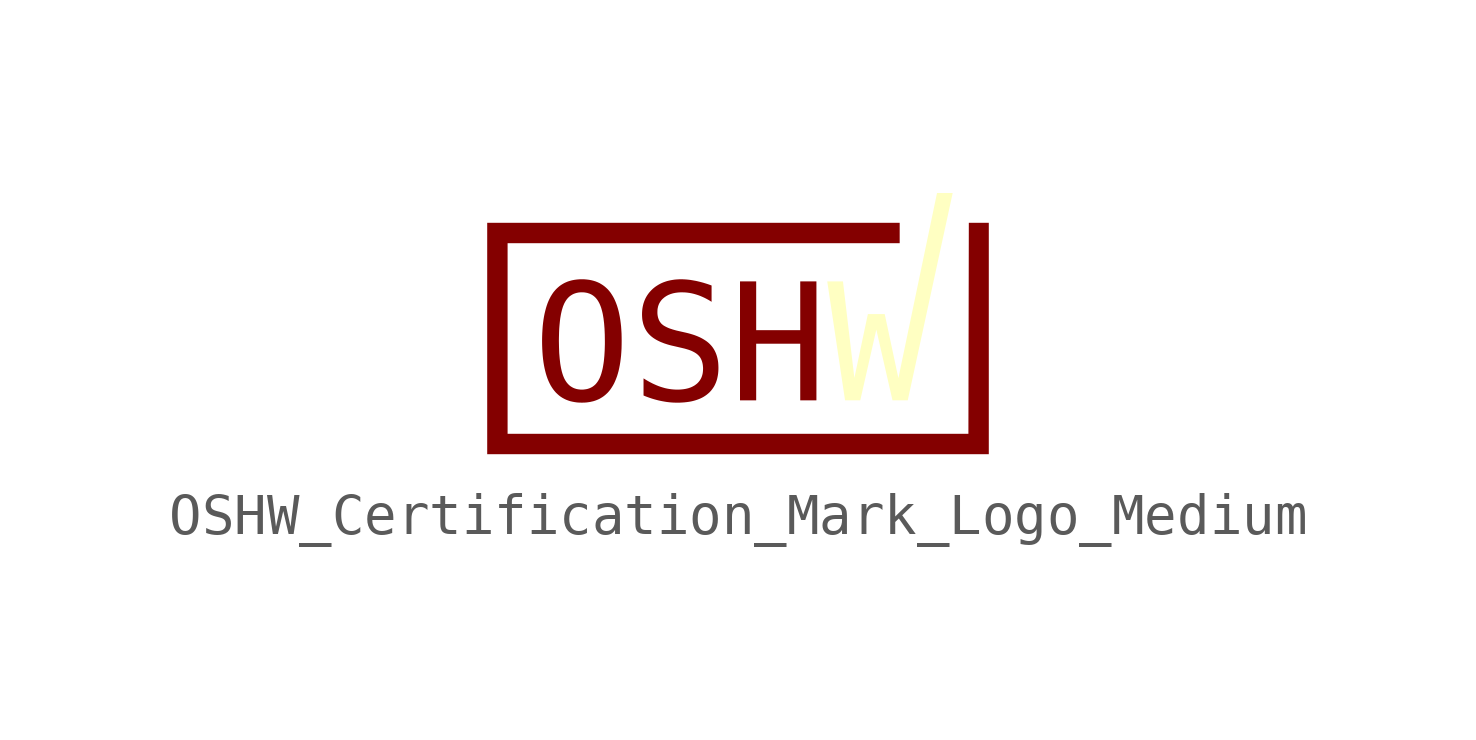
<source format=kicad_sym>
(kicad_symbol_lib
  (version 20231120)
  (generator "kicad_symbol_editor")
  (generator_version "8.0")
  (symbol "OSHW_Certification_Mark_Logo_Medium"
    (property "Reference" "LOGO"
      (at 0 0 0)
      (effects (font (size 1.27 1.27)) (hide yes)))
    (symbol "OSHW_Certification_Mark_Logo_Medium_0_1"
      (polyline (pts (xy -2.783 -0.429) (xy -2.783 -0.429) (xy -2.783 -0.429)) (stroke (width -0.0001) (type default)) (fill (type outline)))
      (polyline (pts (xy 6 -3.137) (xy -6 -3.137) (xy -6 2.398) (xy -6 2.398) (xy 3.868 2.398) (xy 3.868 1.91) (xy -5.512 1.91) (xy -5.512 -2.649) (xy 5.512 -2.649) (xy 5.522 2.398) (xy 6 2.398)) (stroke (width -0.0001) (type default)) (fill (type outline)))
      (polyline (pts (xy 0.435 -0.17) (xy 1.489 -0.17) (xy 1.489 0.997) (xy 1.876 0.997) (xy 1.876 -1.849) (xy 1.489 -1.849) (xy 1.489 -0.494) (xy 0.435 -0.494) (xy 0.435 -1.849) (xy 0.048 -1.849) (xy 0.048 0.997) (xy 0.435 0.997)) (stroke (width -0.0001) (type default)) (fill (type outline)))
      (polyline (pts (xy -3.676 1.047) (xy -3.619 1.042) (xy -3.563 1.035) (xy -3.51 1.025) (xy -3.458 1.012) (xy -3.409 0.997) (xy -3.361 0.978) (xy -3.315 0.957) (xy -3.272 0.932) (xy -3.23 0.905) (xy -3.19 0.875) (xy -3.152 0.842) (xy -3.115 0.807) (xy -3.081 0.768) (xy -3.049 0.727) (xy -3.019 0.682) (xy -2.99 0.635) (xy -2.963 0.585) (xy -2.939 0.532) (xy -2.916 0.476) (xy -2.894 0.416) (xy -2.875 0.354) (xy -2.857 0.289) (xy -2.842 0.222) (xy -2.828 0.151) (xy -2.816 0.077) (xy -2.806 -0.0002) (xy -2.797 -0.08) (xy -2.791 -0.163) (xy -2.786 -0.249) (xy -2.784 -0.337) (xy -2.783 -0.429) (xy -2.784 -0.52) (xy -2.786 -0.609) (xy -2.791 -0.694) (xy -2.797 -0.777) (xy -2.806 -0.857) (xy -2.816 -0.933) (xy -2.828 -1.007) (xy -2.842 -1.078) (xy -2.857 -1.146) (xy -2.875 -1.211) (xy -2.894 -1.273) (xy -2.916 -1.332) (xy -2.939 -1.388) (xy -2.963 -1.441) (xy -2.99 -1.491) (xy -3.019 -1.538) (xy -3.034 -1.561) (xy -3.049 -1.583) (xy -3.065 -1.604) (xy -3.081 -1.624) (xy -3.098 -1.644) (xy -3.115 -1.663) (xy -3.133 -1.681) (xy -3.152 -1.698) (xy -3.17 -1.715) (xy -3.19 -1.731) (xy -3.209 -1.747) (xy -3.23 -1.761) (xy -3.25 -1.775) (xy -3.272 -1.788) (xy -3.293 -1.801) (xy -3.315 -1.813) (xy -3.338 -1.824) (xy -3.361 -1.834) (xy -3.385 -1.844) (xy -3.409 -1.853) (xy -3.433 -1.861) (xy -3.458 -1.869) (xy -3.484 -1.875) (xy -3.51 -1.881) (xy -3.536 -1.887) (xy -3.563 -1.891) (xy -3.619 -1.899) (xy -3.676 -1.903) (xy -3.736 -1.904) (xy -3.795 -1.903) (xy -3.852 -1.899) (xy -3.908 -1.891) (xy -3.961 -1.881) (xy -4.013 -1.869) (xy -4.062 -1.853) (xy -4.11 -1.835) (xy -4.156 -1.813) (xy -4.2 -1.789) (xy -4.242 -1.762) (xy -4.282 -1.732) (xy -4.319 -1.699) (xy -4.356 -1.664) (xy -4.39 -1.625) (xy -4.422 -1.584) (xy -4.452 -1.54) (xy -4.481 -1.493) (xy -4.507 -1.443) (xy -4.532 -1.39) (xy -4.555 -1.334) (xy -4.576 -1.275) (xy -4.595 -1.213) (xy -4.612 -1.148) (xy -4.628 -1.08) (xy -4.642 -1.009) (xy -4.654 -0.935) (xy -4.664 -0.859) (xy -4.672 -0.779) (xy -4.678 -0.696) (xy -4.683 -0.61) (xy -4.686 -0.521) (xy -4.687 -0.429) (xy -4.285 -0.429) (xy -4.282 -0.58) (xy -4.277 -0.719) (xy -4.266 -0.848) (xy -4.253 -0.965) (xy -4.244 -1.02) (xy -4.235 -1.071) (xy -4.224 -1.12) (xy -4.213 -1.166) (xy -4.2 -1.21) (xy -4.187 -1.25) (xy -4.172 -1.288) (xy -4.157 -1.323) (xy -4.14 -1.355) (xy -4.131 -1.371) (xy -4.122 -1.386) (xy -4.112 -1.4) (xy -4.103 -1.414) (xy -4.092 -1.428) (xy -4.082 -1.44) (xy -4.071 -1.453) (xy -4.06 -1.465) (xy -4.048 -1.476) (xy -4.037 -1.487) (xy -4.025 -1.497) (xy -4.012 -1.507) (xy -4 -1.516) (xy -3.987 -1.524) (xy -3.973 -1.532) (xy -3.96 -1.54) (xy -3.946 -1.547) (xy -3.932 -1.554) (xy -3.917 -1.56) (xy -3.902 -1.565) (xy -3.887 -1.57) (xy -3.871 -1.575) (xy -3.855 -1.579) (xy -3.839 -1.582) (xy -3.823 -1.585) (xy -3.806 -1.587) (xy -3.789 -1.589) (xy -3.771 -1.591) (xy -3.736 -1.592) (xy -3.7 -1.591) (xy -3.665 -1.587) (xy -3.631 -1.582) (xy -3.599 -1.575) (xy -3.568 -1.565) (xy -3.539 -1.554) (xy -3.51 -1.54) (xy -3.483 -1.525) (xy -3.458 -1.507) (xy -3.433 -1.487) (xy -3.41 -1.466) (xy -3.389 -1.442) (xy -3.368 -1.415) (xy -3.349 -1.387) (xy -3.331 -1.357) (xy -3.314 -1.325) (xy -3.299 -1.29) (xy -3.284 -1.252) (xy -3.27 -1.211) (xy -3.258 -1.168) (xy -3.246 -1.122) (xy -3.235 -1.073) (xy -3.226 -1.021) (xy -3.217 -0.966) (xy -3.209 -0.909) (xy -3.203 -0.849) (xy -3.197 -0.786) (xy -3.193 -0.72) (xy -3.189 -0.651) (xy -3.187 -0.58) (xy -3.185 -0.506) (xy -3.185 -0.429) (xy -3.187 -0.278) (xy -3.193 -0.138) (xy -3.203 -0.009) (xy -3.217 0.109) (xy -3.226 0.163) (xy -3.235 0.215) (xy -3.246 0.264) (xy -3.258 0.31) (xy -3.27 0.353) (xy -3.284 0.394) (xy -3.299 0.432) (xy -3.314 0.467) (xy -3.331 0.499) (xy -3.34 0.515) (xy -3.349 0.53) (xy -3.358 0.544) (xy -3.368 0.558) (xy -3.378 0.572) (xy -3.389 0.585) (xy -3.399 0.597) (xy -3.41 0.609) (xy -3.422 0.62) (xy -3.433 0.631) (xy -3.446 0.641) (xy -3.458 0.651) (xy -3.47 0.66) (xy -3.483 0.668) (xy -3.497 0.677) (xy -3.51 0.684) (xy -3.524 0.691) (xy -3.539 0.698) (xy -3.553 0.704) (xy -3.568 0.709) (xy -3.584 0.714) (xy -3.599 0.719) (xy -3.615 0.723) (xy -3.631 0.726) (xy -3.648 0.729) (xy -3.665 0.732) (xy -3.682 0.733) (xy -3.7 0.735) (xy -3.736 0.736) (xy -3.771 0.735) (xy -3.806 0.732) (xy -3.839 0.726) (xy -3.871 0.719) (xy -3.902 0.709) (xy -3.932 0.698) (xy -3.96 0.684) (xy -3.987 0.668) (xy -4.012 0.651) (xy -4.037 0.631) (xy -4.06 0.609) (xy -4.082 0.585) (xy -4.103 0.558) (xy -4.122 0.53) (xy -4.14 0.499) (xy -4.157 0.467) (xy -4.172 0.432) (xy -4.187 0.394) (xy -4.2 0.353) (xy -4.213 0.31) (xy -4.224 0.264) (xy -4.235 0.215) (xy -4.244 0.163) (xy -4.253 0.109) (xy -4.26 0.051) (xy -4.266 -0.009) (xy -4.272 -0.072) (xy -4.277 -0.138) (xy -4.28 -0.206) (xy -4.282 -0.278) (xy -4.284 -0.352) (xy -4.285 -0.429) (xy -4.687 -0.429) (xy -4.686 -0.337) (xy -4.683 -0.249) (xy -4.678 -0.163) (xy -4.672 -0.08) (xy -4.664 -0.0002) (xy -4.654 0.077) (xy -4.642 0.151) (xy -4.628 0.222) (xy -4.612 0.289) (xy -4.595 0.354) (xy -4.576 0.416) (xy -4.555 0.476) (xy -4.532 0.532) (xy -4.507 0.585) (xy -4.481 0.635) (xy -4.452 0.682) (xy -4.437 0.705) (xy -4.422 0.727) (xy -4.406 0.748) (xy -4.389 0.768) (xy -4.372 0.788) (xy -4.355 0.807) (xy -4.337 0.825) (xy -4.319 0.842) (xy -4.3 0.859) (xy -4.281 0.875) (xy -4.261 0.891) (xy -4.241 0.905) (xy -4.22 0.919) (xy -4.199 0.932) (xy -4.177 0.945) (xy -4.155 0.957) (xy -4.132 0.968) (xy -4.109 0.978) (xy -4.086 0.988) (xy -4.061 0.997) (xy -4.037 1.005) (xy -4.012 1.012) (xy -3.986 1.019) (xy -3.961 1.025) (xy -3.907 1.035) (xy -3.852 1.042) (xy -3.795 1.047) (xy -3.736 1.048)) (stroke (width -0.0001) (type default)) (fill (type outline)))
      (polyline (pts (xy -1.317 1.047) (xy -1.275 1.045) (xy -1.233 1.042) (xy -1.19 1.038) (xy -1.147 1.033) (xy -1.103 1.026) (xy -1.058 1.018) (xy -1.013 1.01) (xy -0.968 1) (xy -0.921 0.989) (xy -0.875 0.977) (xy -0.827 0.964) (xy -0.779 0.949) (xy -0.731 0.934) (xy -0.682 0.917) (xy -0.632 0.899) (xy -0.632 0.508) (xy -0.676 0.536) (xy -0.72 0.561) (xy -0.764 0.585) (xy -0.808 0.607) (xy -0.852 0.627) (xy -0.896 0.646) (xy -0.94 0.663) (xy -0.985 0.678) (xy -1.028 0.691) (xy -1.073 0.703) (xy -1.117 0.713) (xy -1.161 0.721) (xy -1.205 0.727) (xy -1.25 0.732) (xy -1.294 0.734) (xy -1.339 0.735) (xy -1.373 0.735) (xy -1.405 0.733) (xy -1.437 0.731) (xy -1.468 0.727) (xy -1.498 0.723) (xy -1.528 0.717) (xy -1.556 0.711) (xy -1.583 0.703) (xy -1.61 0.695) (xy -1.635 0.685) (xy -1.66 0.675) (xy -1.684 0.663) (xy -1.706 0.651) (xy -1.728 0.637) (xy -1.75 0.623) (xy -1.77 0.607) (xy -1.789 0.591) (xy -1.807 0.575) (xy -1.824 0.557) (xy -1.839 0.539) (xy -1.853 0.52) (xy -1.866 0.5) (xy -1.878 0.48) (xy -1.889 0.459) (xy -1.898 0.438) (xy -1.906 0.415) (xy -1.913 0.392) (xy -1.918 0.368) (xy -1.923 0.344) (xy -1.926 0.319) (xy -1.927 0.293) (xy -1.928 0.266) (xy -1.928 0.243) (xy -1.927 0.221) (xy -1.925 0.199) (xy -1.922 0.177) (xy -1.918 0.157) (xy -1.914 0.137) (xy -1.908 0.118) (xy -1.902 0.1) (xy -1.895 0.082) (xy -1.888 0.065) (xy -1.879 0.049) (xy -1.87 0.034) (xy -1.86 0.019) (xy -1.849 0.005) (xy -1.838 -0.009) (xy -1.825 -0.022) (xy -1.811 -0.034) (xy -1.796 -0.046) (xy -1.78 -0.058) (xy -1.762 -0.069) (xy -1.742 -0.08) (xy -1.721 -0.091) (xy -1.699 -0.102) (xy -1.675 -0.113) (xy -1.651 -0.123) (xy -1.624 -0.133) (xy -1.596 -0.142) (xy -1.567 -0.152) (xy -1.536 -0.161) (xy -1.504 -0.17) (xy -1.471 -0.179) (xy -1.436 -0.187) (xy -1.234 -0.233) (xy -1.185 -0.245) (xy -1.138 -0.258) (xy -1.092 -0.272) (xy -1.048 -0.286) (xy -1.005 -0.302) (xy -0.965 -0.318) (xy -0.926 -0.335) (xy -0.888 -0.353) (xy -0.853 -0.372) (xy -0.819 -0.392) (xy -0.787 -0.412) (xy -0.756 -0.433) (xy -0.727 -0.455) (xy -0.7 -0.478) (xy -0.675 -0.502) (xy -0.651 -0.527) (xy -0.629 -0.552) (xy -0.608 -0.579) (xy -0.589 -0.607) (xy -0.571 -0.636) (xy -0.555 -0.666) (xy -0.54 -0.697) (xy -0.526 -0.73) (xy -0.514 -0.763) (xy -0.503 -0.798) (xy -0.494 -0.833) (xy -0.486 -0.87) (xy -0.479 -0.908) (xy -0.474 -0.948) (xy -0.471 -0.988) (xy -0.469 -1.029) (xy -0.468 -1.072) (xy -0.469 -1.122) (xy -0.472 -1.17) (xy -0.477 -1.217) (xy -0.484 -1.263) (xy -0.493 -1.307) (xy -0.503 -1.349) (xy -0.516 -1.39) (xy -0.531 -1.43) (xy -0.548 -1.468) (xy -0.566 -1.504) (xy -0.587 -1.539) (xy -0.61 -1.572) (xy -0.634 -1.604) (xy -0.661 -1.635) (xy -0.689 -1.664) (xy -0.72 -1.691) (xy -0.752 -1.717) (xy -0.786 -1.741) (xy -0.822 -1.764) (xy -0.86 -1.785) (xy -0.899 -1.804) (xy -0.941 -1.821) (xy -0.984 -1.837) (xy -1.028 -1.851) (xy -1.075 -1.864) (xy -1.123 -1.875) (xy -1.174 -1.884) (xy -1.226 -1.891) (xy -1.28 -1.897) (xy -1.335 -1.901) (xy -1.392 -1.904) (xy -1.452 -1.905) (xy -1.502 -1.904) (xy -1.552 -1.902) (xy -1.602 -1.899) (xy -1.652 -1.894) (xy -1.702 -1.888) (xy -1.753 -1.88) (xy -1.803 -1.871) (xy -1.854 -1.861) (xy -1.904 -1.85) (xy -1.955 -1.837) (xy -2.006 -1.823) (xy -2.056 -1.808) (xy -2.107 -1.791) (xy -2.158 -1.773) (xy -2.209 -1.754) (xy -2.26 -1.733) (xy -2.26 -1.323) (xy -2.205 -1.357) (xy -2.152 -1.388) (xy -2.099 -1.417) (xy -2.047 -1.444) (xy -1.995 -1.468) (xy -1.945 -1.49) (xy -1.895 -1.51) (xy -1.846 -1.527) (xy -1.797 -1.542) (xy -1.748 -1.556) (xy -1.699 -1.567) (xy -1.649 -1.576) (xy -1.6 -1.583) (xy -1.551 -1.588) (xy -1.501 -1.591) (xy -1.452 -1.592) (xy -1.416 -1.592) (xy -1.381 -1.59) (xy -1.347 -1.587) (xy -1.314 -1.584) (xy -1.282 -1.579) (xy -1.251 -1.574) (xy -1.221 -1.567) (xy -1.192 -1.56) (xy -1.165 -1.551) (xy -1.138 -1.542) (xy -1.112 -1.531) (xy -1.087 -1.519) (xy -1.063 -1.506) (xy -1.04 -1.493) (xy -1.019 -1.478) (xy -0.998 -1.462) (xy -0.978 -1.446) (xy -0.96 -1.428) (xy -0.943 -1.41) (xy -0.927 -1.39) (xy -0.912 -1.37) (xy -0.899 -1.349) (xy -0.887 -1.328) (xy -0.876 -1.305) (xy -0.867 -1.282) (xy -0.859 -1.258) (xy -0.852 -1.233) (xy -0.846 -1.207) (xy -0.842 -1.181) (xy -0.839 -1.153) (xy -0.837 -1.125) (xy -0.836 -1.097) (xy -0.836 -1.07) (xy -0.838 -1.045) (xy -0.84 -1.02) (xy -0.843 -0.996) (xy -0.847 -0.973) (xy -0.852 -0.951) (xy -0.858 -0.929) (xy -0.864 -0.908) (xy -0.872 -0.888) (xy -0.88 -0.869) (xy -0.889 -0.851) (xy -0.899 -0.833) (xy -0.91 -0.816) (xy -0.922 -0.8) (xy -0.935 -0.785) (xy -0.948 -0.771) (xy -0.963 -0.757) (xy -0.979 -0.743) (xy -0.996 -0.73) (xy -1.014 -0.718) (xy -1.034 -0.705) (xy -1.055 -0.694) (xy -1.077 -0.682) (xy -1.1 -0.671) (xy -1.125 -0.66) (xy -1.151 -0.65) (xy -1.179 -0.64) (xy -1.208 -0.631) (xy -1.238 -0.622) (xy -1.269 -0.613) (xy -1.301 -0.605) (xy -1.335 -0.597) (xy -1.541 -0.549) (xy -1.59 -0.538) (xy -1.637 -0.526) (xy -1.682 -0.513) (xy -1.726 -0.499) (xy -1.768 -0.485) (xy -1.808 -0.469) (xy -1.847 -0.454) (xy -1.883 -0.437) (xy -1.918 -0.42) (xy -1.952 -0.402) (xy -1.984 -0.383) (xy -2.014 -0.364) (xy -2.042 -0.344) (xy -2.069 -0.323) (xy -2.094 -0.301) (xy -2.117 -0.279) (xy -2.139 -0.256) (xy -2.159 -0.232) (xy -2.178 -0.207) (xy -2.195 -0.181) (xy -2.211 -0.154) (xy -2.226 -0.126) (xy -2.239 -0.097) (xy -2.251 -0.067) (xy -2.262 -0.036) (xy -2.271 -0.004) (xy -2.278 0.029) (xy -2.285 0.062) (xy -2.29 0.097) (xy -2.293 0.133) (xy -2.295 0.17) (xy -2.296 0.207) (xy -2.295 0.254) (xy -2.292 0.3) (xy -2.287 0.345) (xy -2.28 0.388) (xy -2.271 0.43) (xy -2.26 0.472) (xy -2.247 0.511) (xy -2.232 0.55) (xy -2.215 0.588) (xy -2.196 0.624) (xy -2.175 0.659) (xy -2.152 0.693) (xy -2.127 0.726) (xy -2.1 0.757) (xy -2.071 0.788) (xy -2.041 0.817) (xy -2.008 0.845) (xy -1.974 0.871) (xy -1.938 0.895) (xy -1.901 0.918) (xy -1.863 0.939) (xy -1.824 0.958) (xy -1.783 0.975) (xy -1.741 0.99) (xy -1.698 1.004) (xy -1.653 1.015) (xy -1.607 1.025) (xy -1.56 1.033) (xy -1.512 1.04) (xy -1.462 1.044) (xy -1.411 1.047) (xy -1.358 1.048)) (stroke (width -0.0001) (type default)) (fill (type outline))))
    (symbol "OSHW_Certification_Mark_Logo_Medium_1_1"
      (polyline (pts (xy 4.061 -1.849) (xy 3.696 -1.849) (xy 3.309 -0.158) (xy 2.925 -1.849) (xy 2.561 -1.849) (xy 2.135 0.997) (xy 2.511 0.997) (xy 2.784 -1.313) (xy 3.107 0.215) (xy 3.51 0.215) (xy 3.837 -1.317) (xy 4.761 3.111) (xy 5.136 3.111)) (stroke (width -0.0001) (type default)) (fill (type background))))))
</source>
